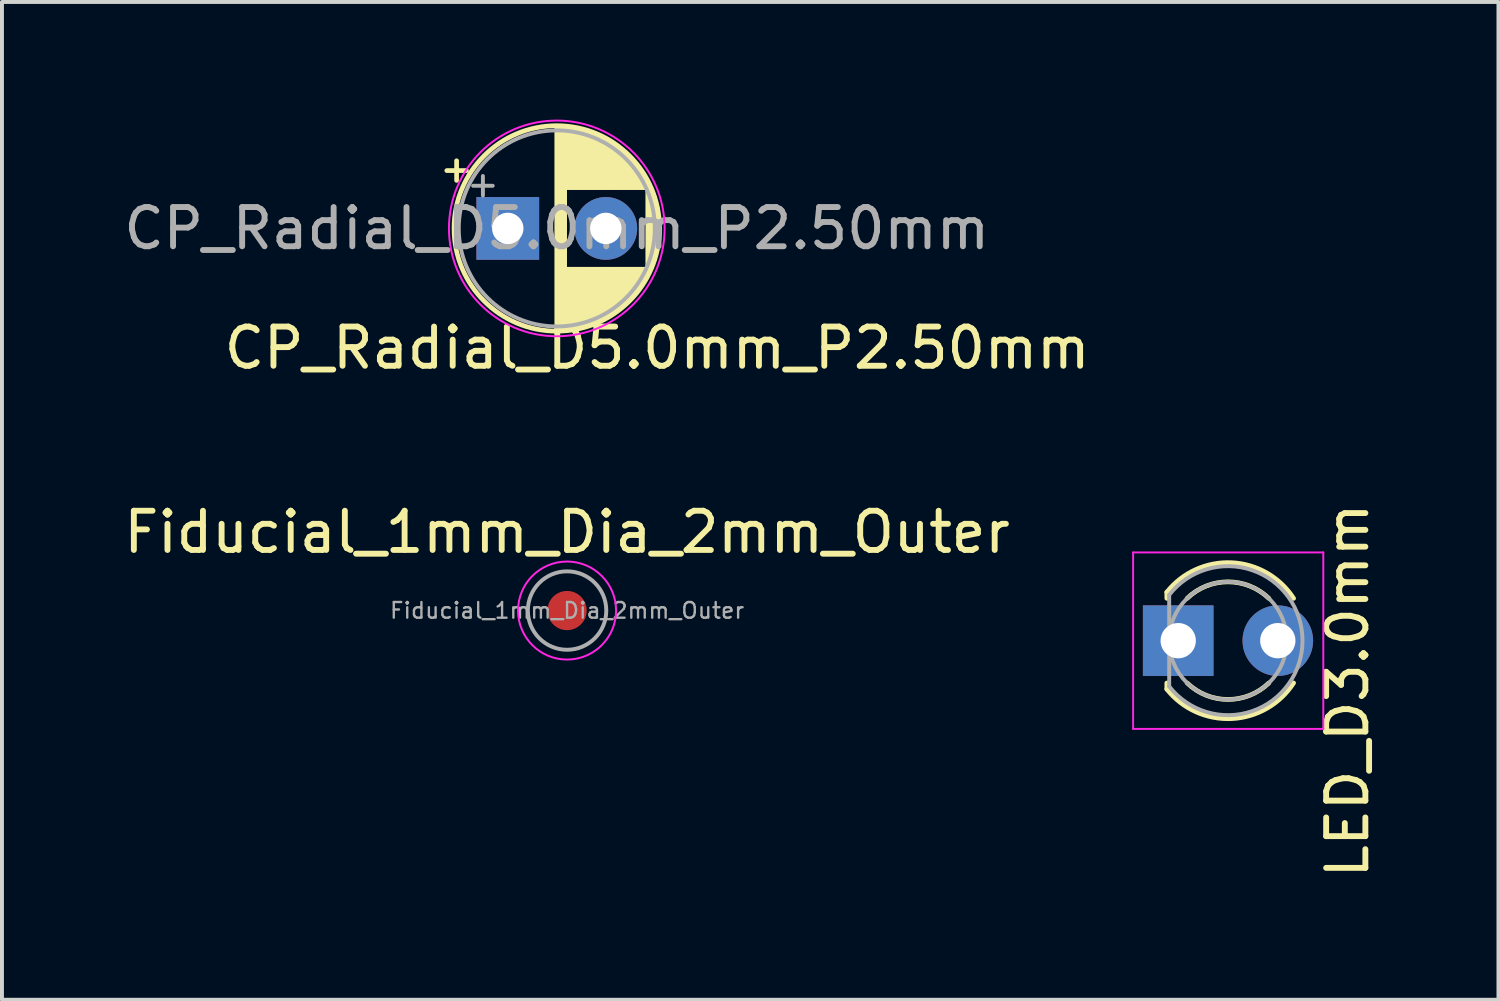
<source format=kicad_pcb>
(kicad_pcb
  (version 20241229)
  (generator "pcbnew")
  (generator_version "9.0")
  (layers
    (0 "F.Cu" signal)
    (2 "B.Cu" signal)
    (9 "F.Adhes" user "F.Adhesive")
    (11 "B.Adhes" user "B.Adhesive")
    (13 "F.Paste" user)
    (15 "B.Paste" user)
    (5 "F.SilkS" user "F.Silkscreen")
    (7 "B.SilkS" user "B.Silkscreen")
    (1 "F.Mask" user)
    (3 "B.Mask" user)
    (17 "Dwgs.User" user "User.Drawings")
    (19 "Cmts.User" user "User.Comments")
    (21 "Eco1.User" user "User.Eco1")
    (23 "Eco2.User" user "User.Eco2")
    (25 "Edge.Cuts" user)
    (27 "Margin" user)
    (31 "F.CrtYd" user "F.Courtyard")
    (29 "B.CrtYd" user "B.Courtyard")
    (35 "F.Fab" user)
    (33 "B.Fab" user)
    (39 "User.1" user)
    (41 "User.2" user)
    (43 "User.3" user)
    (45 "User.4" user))
  (footprint "CP_Radial_D5.0mm_P2.50mm"
    (layer "F.Cu")
    (at 9.899 2.775)
    (property "Reference" "CP_Radial_D5.0mm_P2.50mm" (at 3.81 3.048 0) (layer "F.SilkS") (effects (font (size 1 1) (thickness 0.15))))
    (attr through_hole)
    (fp_line (start -1.555 -1.475) (end -1.055 -1.475) (stroke (width 0.12) (type solid)) (layer "F.SilkS"))
    (fp_line (start -1.305 -1.725) (end -1.305 -1.225) (stroke (width 0.12) (type solid)) (layer "F.SilkS"))
    (fp_line (start 1.25 -2.58) (end 1.25 2.58) (stroke (width 0.12) (type solid)) (layer "F.SilkS"))
    (fp_line (start 1.29 -2.58) (end 1.29 2.58) (stroke (width 0.12) (type solid)) (layer "F.SilkS"))
    (fp_line (start 1.33 -2.579) (end 1.33 2.579) (stroke (width 0.12) (type solid)) (layer "F.SilkS"))
    (fp_line (start 1.37 -2.578) (end 1.37 2.578) (stroke (width 0.12) (type solid)) (layer "F.SilkS"))
    (fp_line (start 1.41 -2.576) (end 1.41 2.576) (stroke (width 0.12) (type solid)) (layer "F.SilkS"))
    (fp_line (start 1.45 -2.573) (end 1.45 2.573) (stroke (width 0.12) (type solid)) (layer "F.SilkS"))
    (fp_line (start 1.49 -2.569) (end 1.49 -1.04) (stroke (width 0.12) (type solid)) (layer "F.SilkS"))
    (fp_line (start 1.49 1.04) (end 1.49 2.569) (stroke (width 0.12) (type solid)) (layer "F.SilkS"))
    (fp_line (start 1.53 -2.565) (end 1.53 -1.04) (stroke (width 0.12) (type solid)) (layer "F.SilkS"))
    (fp_line (start 1.53 1.04) (end 1.53 2.565) (stroke (width 0.12) (type solid)) (layer "F.SilkS"))
    (fp_line (start 1.57 -2.561) (end 1.57 -1.04) (stroke (width 0.12) (type solid)) (layer "F.SilkS"))
    (fp_line (start 1.57 1.04) (end 1.57 2.561) (stroke (width 0.12) (type solid)) (layer "F.SilkS"))
    (fp_line (start 1.61 -2.556) (end 1.61 -1.04) (stroke (width 0.12) (type solid)) (layer "F.SilkS"))
    (fp_line (start 1.61 1.04) (end 1.61 2.556) (stroke (width 0.12) (type solid)) (layer "F.SilkS"))
    (fp_line (start 1.65 -2.55) (end 1.65 -1.04) (stroke (width 0.12) (type solid)) (layer "F.SilkS"))
    (fp_line (start 1.65 1.04) (end 1.65 2.55) (stroke (width 0.12) (type solid)) (layer "F.SilkS"))
    (fp_line (start 1.69 -2.543) (end 1.69 -1.04) (stroke (width 0.12) (type solid)) (layer "F.SilkS"))
    (fp_line (start 1.69 1.04) (end 1.69 2.543) (stroke (width 0.12) (type solid)) (layer "F.SilkS"))
    (fp_line (start 1.73 -2.536) (end 1.73 -1.04) (stroke (width 0.12) (type solid)) (layer "F.SilkS"))
    (fp_line (start 1.73 1.04) (end 1.73 2.536) (stroke (width 0.12) (type solid)) (layer "F.SilkS"))
    (fp_line (start 1.77 -2.528) (end 1.77 -1.04) (stroke (width 0.12) (type solid)) (layer "F.SilkS"))
    (fp_line (start 1.77 1.04) (end 1.77 2.528) (stroke (width 0.12) (type solid)) (layer "F.SilkS"))
    (fp_line (start 1.81 -2.52) (end 1.81 -1.04) (stroke (width 0.12) (type solid)) (layer "F.SilkS"))
    (fp_line (start 1.81 1.04) (end 1.81 2.52) (stroke (width 0.12) (type solid)) (layer "F.SilkS"))
    (fp_line (start 1.85 -2.511) (end 1.85 -1.04) (stroke (width 0.12) (type solid)) (layer "F.SilkS"))
    (fp_line (start 1.85 1.04) (end 1.85 2.511) (stroke (width 0.12) (type solid)) (layer "F.SilkS"))
    (fp_line (start 1.89 -2.501) (end 1.89 -1.04) (stroke (width 0.12) (type solid)) (layer "F.SilkS"))
    (fp_line (start 1.89 1.04) (end 1.89 2.501) (stroke (width 0.12) (type solid)) (layer "F.SilkS"))
    (fp_line (start 1.93 -2.491) (end 1.93 -1.04) (stroke (width 0.12) (type solid)) (layer "F.SilkS"))
    (fp_line (start 1.93 1.04) (end 1.93 2.491) (stroke (width 0.12) (type solid)) (layer "F.SilkS"))
    (fp_line (start 1.971 -2.48) (end 1.971 -1.04) (stroke (width 0.12) (type solid)) (layer "F.SilkS"))
    (fp_line (start 1.971 1.04) (end 1.971 2.48) (stroke (width 0.12) (type solid)) (layer "F.SilkS"))
    (fp_line (start 2.011 -2.468) (end 2.011 -1.04) (stroke (width 0.12) (type solid)) (layer "F.SilkS"))
    (fp_line (start 2.011 1.04) (end 2.011 2.468) (stroke (width 0.12) (type solid)) (layer "F.SilkS"))
    (fp_line (start 2.051 -2.455) (end 2.051 -1.04) (stroke (width 0.12) (type solid)) (layer "F.SilkS"))
    (fp_line (start 2.051 1.04) (end 2.051 2.455) (stroke (width 0.12) (type solid)) (layer "F.SilkS"))
    (fp_line (start 2.091 -2.442) (end 2.091 -1.04) (stroke (width 0.12) (type solid)) (layer "F.SilkS"))
    (fp_line (start 2.091 1.04) (end 2.091 2.442) (stroke (width 0.12) (type solid)) (layer "F.SilkS"))
    (fp_line (start 2.131 -2.428) (end 2.131 -1.04) (stroke (width 0.12) (type solid)) (layer "F.SilkS"))
    (fp_line (start 2.131 1.04) (end 2.131 2.428) (stroke (width 0.12) (type solid)) (layer "F.SilkS"))
    (fp_line (start 2.171 -2.414) (end 2.171 -1.04) (stroke (width 0.12) (type solid)) (layer "F.SilkS"))
    (fp_line (start 2.171 1.04) (end 2.171 2.414) (stroke (width 0.12) (type solid)) (layer "F.SilkS"))
    (fp_line (start 2.211 -2.398) (end 2.211 -1.04) (stroke (width 0.12) (type solid)) (layer "F.SilkS"))
    (fp_line (start 2.211 1.04) (end 2.211 2.398) (stroke (width 0.12) (type solid)) (layer "F.SilkS"))
    (fp_line (start 2.251 -2.382) (end 2.251 -1.04) (stroke (width 0.12) (type solid)) (layer "F.SilkS"))
    (fp_line (start 2.251 1.04) (end 2.251 2.382) (stroke (width 0.12) (type solid)) (layer "F.SilkS"))
    (fp_line (start 2.291 -2.365) (end 2.291 -1.04) (stroke (width 0.12) (type solid)) (layer "F.SilkS"))
    (fp_line (start 2.291 1.04) (end 2.291 2.365) (stroke (width 0.12) (type solid)) (layer "F.SilkS"))
    (fp_line (start 2.331 -2.348) (end 2.331 -1.04) (stroke (width 0.12) (type solid)) (layer "F.SilkS"))
    (fp_line (start 2.331 1.04) (end 2.331 2.348) (stroke (width 0.12) (type solid)) (layer "F.SilkS"))
    (fp_line (start 2.371 -2.329) (end 2.371 -1.04) (stroke (width 0.12) (type solid)) (layer "F.SilkS"))
    (fp_line (start 2.371 1.04) (end 2.371 2.329) (stroke (width 0.12) (type solid)) (layer "F.SilkS"))
    (fp_line (start 2.411 -2.31) (end 2.411 -1.04) (stroke (width 0.12) (type solid)) (layer "F.SilkS"))
    (fp_line (start 2.411 1.04) (end 2.411 2.31) (stroke (width 0.12) (type solid)) (layer "F.SilkS"))
    (fp_line (start 2.451 -2.29) (end 2.451 -1.04) (stroke (width 0.12) (type solid)) (layer "F.SilkS"))
    (fp_line (start 2.451 1.04) (end 2.451 2.29) (stroke (width 0.12) (type solid)) (layer "F.SilkS"))
    (fp_line (start 2.491 -2.268) (end 2.491 -1.04) (stroke (width 0.12) (type solid)) (layer "F.SilkS"))
    (fp_line (start 2.491 1.04) (end 2.491 2.268) (stroke (width 0.12) (type solid)) (layer "F.SilkS"))
    (fp_line (start 2.531 -2.247) (end 2.531 -1.04) (stroke (width 0.12) (type solid)) (layer "F.SilkS"))
    (fp_line (start 2.531 1.04) (end 2.531 2.247) (stroke (width 0.12) (type solid)) (layer "F.SilkS"))
    (fp_line (start 2.571 -2.224) (end 2.571 -1.04) (stroke (width 0.12) (type solid)) (layer "F.SilkS"))
    (fp_line (start 2.571 1.04) (end 2.571 2.224) (stroke (width 0.12) (type solid)) (layer "F.SilkS"))
    (fp_line (start 2.611 -2.2) (end 2.611 -1.04) (stroke (width 0.12) (type solid)) (layer "F.SilkS"))
    (fp_line (start 2.611 1.04) (end 2.611 2.2) (stroke (width 0.12) (type solid)) (layer "F.SilkS"))
    (fp_line (start 2.651 -2.175) (end 2.651 -1.04) (stroke (width 0.12) (type solid)) (layer "F.SilkS"))
    (fp_line (start 2.651 1.04) (end 2.651 2.175) (stroke (width 0.12) (type solid)) (layer "F.SilkS"))
    (fp_line (start 2.691 -2.149) (end 2.691 -1.04) (stroke (width 0.12) (type solid)) (layer "F.SilkS"))
    (fp_line (start 2.691 1.04) (end 2.691 2.149) (stroke (width 0.12) (type solid)) (layer "F.SilkS"))
    (fp_line (start 2.731 -2.122) (end 2.731 -1.04) (stroke (width 0.12) (type solid)) (layer "F.SilkS"))
    (fp_line (start 2.731 1.04) (end 2.731 2.122) (stroke (width 0.12) (type solid)) (layer "F.SilkS"))
    (fp_line (start 2.771 -2.095) (end 2.771 -1.04) (stroke (width 0.12) (type solid)) (layer "F.SilkS"))
    (fp_line (start 2.771 1.04) (end 2.771 2.095) (stroke (width 0.12) (type solid)) (layer "F.SilkS"))
    (fp_line (start 2.811 -2.065) (end 2.811 -1.04) (stroke (width 0.12) (type solid)) (layer "F.SilkS"))
    (fp_line (start 2.811 1.04) (end 2.811 2.065) (stroke (width 0.12) (type solid)) (layer "F.SilkS"))
    (fp_line (start 2.851 -2.035) (end 2.851 -1.04) (stroke (width 0.12) (type solid)) (layer "F.SilkS"))
    (fp_line (start 2.851 1.04) (end 2.851 2.035) (stroke (width 0.12) (type solid)) (layer "F.SilkS"))
    (fp_line (start 2.891 -2.004) (end 2.891 -1.04) (stroke (width 0.12) (type solid)) (layer "F.SilkS"))
    (fp_line (start 2.891 1.04) (end 2.891 2.004) (stroke (width 0.12) (type solid)) (layer "F.SilkS"))
    (fp_line (start 2.931 -1.971) (end 2.931 -1.04) (stroke (width 0.12) (type solid)) (layer "F.SilkS"))
    (fp_line (start 2.931 1.04) (end 2.931 1.971) (stroke (width 0.12) (type solid)) (layer "F.SilkS"))
    (fp_line (start 2.971 -1.937) (end 2.971 -1.04) (stroke (width 0.12) (type solid)) (layer "F.SilkS"))
    (fp_line (start 2.971 1.04) (end 2.971 1.937) (stroke (width 0.12) (type solid)) (layer "F.SilkS"))
    (fp_line (start 3.011 -1.901) (end 3.011 -1.04) (stroke (width 0.12) (type solid)) (layer "F.SilkS"))
    (fp_line (start 3.011 1.04) (end 3.011 1.901) (stroke (width 0.12) (type solid)) (layer "F.SilkS"))
    (fp_line (start 3.051 -1.864) (end 3.051 -1.04) (stroke (width 0.12) (type solid)) (layer "F.SilkS"))
    (fp_line (start 3.051 1.04) (end 3.051 1.864) (stroke (width 0.12) (type solid)) (layer "F.SilkS"))
    (fp_line (start 3.091 -1.826) (end 3.091 -1.04) (stroke (width 0.12) (type solid)) (layer "F.SilkS"))
    (fp_line (start 3.091 1.04) (end 3.091 1.826) (stroke (width 0.12) (type solid)) (layer "F.SilkS"))
    (fp_line (start 3.131 -1.785) (end 3.131 -1.04) (stroke (width 0.12) (type solid)) (layer "F.SilkS"))
    (fp_line (start 3.131 1.04) (end 3.131 1.785) (stroke (width 0.12) (type solid)) (layer "F.SilkS"))
    (fp_line (start 3.171 -1.743) (end 3.171 -1.04) (stroke (width 0.12) (type solid)) (layer "F.SilkS"))
    (fp_line (start 3.171 1.04) (end 3.171 1.743) (stroke (width 0.12) (type solid)) (layer "F.SilkS"))
    (fp_line (start 3.211 -1.699) (end 3.211 -1.04) (stroke (width 0.12) (type solid)) (layer "F.SilkS"))
    (fp_line (start 3.211 1.04) (end 3.211 1.699) (stroke (width 0.12) (type solid)) (layer "F.SilkS"))
    (fp_line (start 3.251 -1.653) (end 3.251 -1.04) (stroke (width 0.12) (type solid)) (layer "F.SilkS"))
    (fp_line (start 3.251 1.04) (end 3.251 1.653) (stroke (width 0.12) (type solid)) (layer "F.SilkS"))
    (fp_line (start 3.291 -1.605) (end 3.291 -1.04) (stroke (width 0.12) (type solid)) (layer "F.SilkS"))
    (fp_line (start 3.291 1.04) (end 3.291 1.605) (stroke (width 0.12) (type solid)) (layer "F.SilkS"))
    (fp_line (start 3.331 -1.554) (end 3.331 -1.04) (stroke (width 0.12) (type solid)) (layer "F.SilkS"))
    (fp_line (start 3.331 1.04) (end 3.331 1.554) (stroke (width 0.12) (type solid)) (layer "F.SilkS"))
    (fp_line (start 3.371 -1.5) (end 3.371 -1.04) (stroke (width 0.12) (type solid)) (layer "F.SilkS"))
    (fp_line (start 3.371 1.04) (end 3.371 1.5) (stroke (width 0.12) (type solid)) (layer "F.SilkS"))
    (fp_line (start 3.411 -1.443) (end 3.411 -1.04) (stroke (width 0.12) (type solid)) (layer "F.SilkS"))
    (fp_line (start 3.411 1.04) (end 3.411 1.443) (stroke (width 0.12) (type solid)) (layer "F.SilkS"))
    (fp_line (start 3.451 -1.383) (end 3.451 -1.04) (stroke (width 0.12) (type solid)) (layer "F.SilkS"))
    (fp_line (start 3.451 1.04) (end 3.451 1.383) (stroke (width 0.12) (type solid)) (layer "F.SilkS"))
    (fp_line (start 3.491 -1.319) (end 3.491 -1.04) (stroke (width 0.12) (type solid)) (layer "F.SilkS"))
    (fp_line (start 3.491 1.04) (end 3.491 1.319) (stroke (width 0.12) (type solid)) (layer "F.SilkS"))
    (fp_line (start 3.531 -1.251) (end 3.531 -1.04) (stroke (width 0.12) (type solid)) (layer "F.SilkS"))
    (fp_line (start 3.531 1.04) (end 3.531 1.251) (stroke (width 0.12) (type solid)) (layer "F.SilkS"))
    (fp_line (start 3.571 -1.178) (end 3.571 1.178) (stroke (width 0.12) (type solid)) (layer "F.SilkS"))
    (fp_line (start 3.611 -1.098) (end 3.611 1.098) (stroke (width 0.12) (type solid)) (layer "F.SilkS"))
    (fp_line (start 3.651 -1.011) (end 3.651 1.011) (stroke (width 0.12) (type solid)) (layer "F.SilkS"))
    (fp_line (start 3.691 -0.915) (end 3.691 0.915) (stroke (width 0.12) (type solid)) (layer "F.SilkS"))
    (fp_line (start 3.731 -0.805) (end 3.731 0.805) (stroke (width 0.12) (type solid)) (layer "F.SilkS"))
    (fp_line (start 3.771 -0.677) (end 3.771 0.677) (stroke (width 0.12) (type solid)) (layer "F.SilkS"))
    (fp_line (start 3.811 -0.518) (end 3.811 0.518) (stroke (width 0.12) (type solid)) (layer "F.SilkS"))
    (fp_line (start 3.851 -0.284) (end 3.851 0.284) (stroke (width 0.12) (type solid)) (layer "F.SilkS"))
    (fp_circle (center 1.25 0) (end 3.87 0) (stroke (width 0.12) (type solid)) (fill no) (layer "F.SilkS"))
    (fp_circle (center 1.25 0) (end 4 0) (stroke (width 0.05) (type solid)) (fill no) (layer "F.CrtYd"))
    (fp_line (start -0.884 -1.087) (end -0.384 -1.087) (stroke (width 0.1) (type solid)) (layer "F.Fab"))
    (fp_line (start -0.634 -1.337) (end -0.634 -0.838) (stroke (width 0.1) (type solid)) (layer "F.Fab"))
    (fp_circle (center 1.25 0) (end 3.75 0) (stroke (width 0.1) (type solid)) (fill no) (layer "F.Fab"))
    (fp_text user "${REFERENCE}" (at 1.25 0 0) (layer "F.Fab") (effects (font (size 1 1) (thickness 0.15))))
    (pad "1" thru_hole rect (at 0 0) (size 1.6 1.6) (drill 0.8) (layers "*.Cu" "*.Mask"))
    (pad "2" thru_hole circle (at 2.5 0) (size 1.6 1.6) (drill 0.8) (layers "*.Cu" "*.Mask")))
  (footprint "Fiducial_1mm_Dia_2mm_Outer"
    (layer "F.Cu")
    (at 11.411 12.52)
    (property "Reference" "Fiducial_1mm_Dia_2mm_Outer" (at 0 -2 0) (layer "F.SilkS") (effects (font (size 1 1) (thickness 0.15))))
    (attr exclude_from_pos_files exclude_from_bom)
    (fp_circle (center 0 0) (end 1.25 0) (stroke (width 0.05) (type solid)) (fill no) (layer "F.CrtYd"))
    (fp_circle (center 0 0) (end 1 0) (stroke (width 0.1) (type solid)) (fill no) (layer "F.Fab"))
    (fp_text user "${REFERENCE}" (at 0 0 0) (layer "F.Fab") (effects (font (size 0.4 0.4) (thickness 0.06))))
    (pad "~" smd circle (at 0 0) (size 1 1) (layers "F.Cu" "F.Mask")))
  (footprint "LED_D3.0mm"
    (layer "F.Cu")
    (at 26.996 13.288)
    (property "Reference" "LED_D3.0mm" (at 4.318 1.27 90) (layer "F.SilkS") (effects (font (size 1 1) (thickness 0.15))))
    (attr through_hole)
    (fp_line (start -0.29 -1.236) (end -0.29 -1.08) (stroke (width 0.12) (type solid)) (layer "F.SilkS"))
    (fp_line (start -0.29 1.08) (end -0.29 1.236) (stroke (width 0.12) (type solid)) (layer "F.SilkS"))
    (fp_arc (start -0.29 -1.235516) (mid 1.366487 -1.987659) (end 2.942335 -1.078608) (stroke (width 0.12) (type solid)) (layer "F.SilkS"))
    (fp_arc (start 0.229039 -1.08) (mid 1.270117 -1.5) (end 2.31113 -1.079837) (stroke (width 0.12) (type solid)) (layer "F.SilkS"))
    (fp_arc (start 2.31113 1.079837) (mid 1.270117 1.5) (end 0.229039 1.08) (stroke (width 0.12) (type solid)) (layer "F.SilkS"))
    (fp_arc (start 2.942335 1.078608) (mid 1.366487 1.987659) (end -0.29 1.235516) (stroke (width 0.12) (type solid)) (layer "F.SilkS"))
    (fp_line (start -1.15 -2.25) (end -1.15 2.25) (stroke (width 0.05) (type solid)) (layer "F.CrtYd"))
    (fp_line (start -1.15 2.25) (end 3.7 2.25) (stroke (width 0.05) (type solid)) (layer "F.CrtYd"))
    (fp_line (start 3.7 -2.25) (end -1.15 -2.25) (stroke (width 0.05) (type solid)) (layer "F.CrtYd"))
    (fp_line (start 3.7 2.25) (end 3.7 -2.25) (stroke (width 0.05) (type solid)) (layer "F.CrtYd"))
    (fp_line (start -0.23 -1.166) (end -0.23 1.166) (stroke (width 0.1) (type solid)) (layer "F.Fab"))
    (fp_arc (start -0.23 -1.16619) (mid 3.17 0.000452) (end -0.230555 1.165476) (stroke (width 0.1) (type solid)) (layer "F.Fab"))
    (fp_circle (center 1.27 0) (end 2.77 0) (stroke (width 0.1) (type solid)) (fill no) (layer "F.Fab"))
    (pad "1" thru_hole rect (at 0 0) (size 1.8 1.8) (drill 0.9) (layers "*.Cu" "*.Mask"))
    (pad "2" thru_hole circle (at 2.54 0) (size 1.8 1.8) (drill 0.9) (layers "*.Cu" "*.Mask")))
  (gr_rect
    (start -3 -3)
    (end 35.163 22.445)
    (stroke (width 0.1) (type default))
    (fill no)
    (layer "Edge.Cuts")))
</source>
